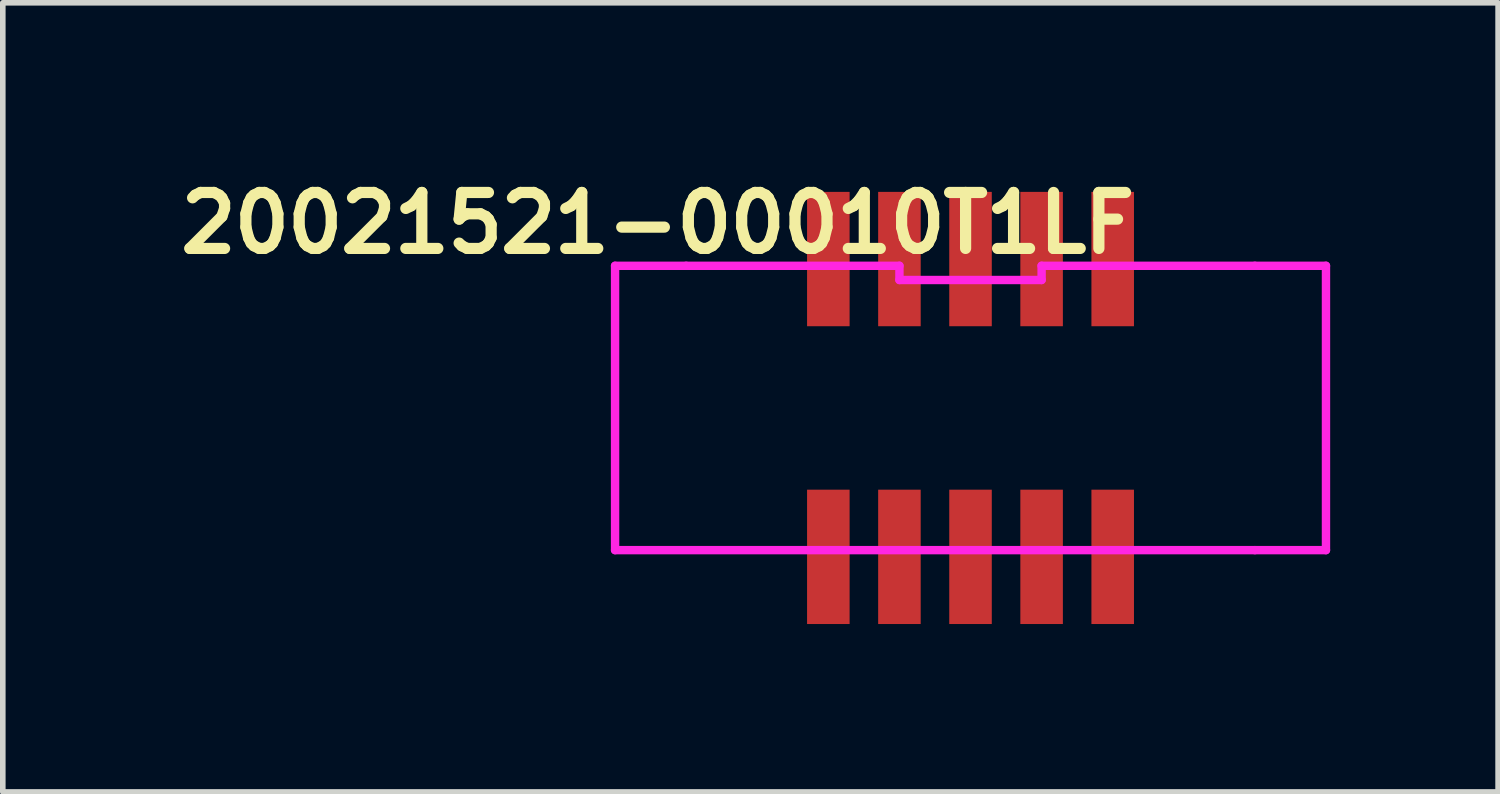
<source format=kicad_pcb>
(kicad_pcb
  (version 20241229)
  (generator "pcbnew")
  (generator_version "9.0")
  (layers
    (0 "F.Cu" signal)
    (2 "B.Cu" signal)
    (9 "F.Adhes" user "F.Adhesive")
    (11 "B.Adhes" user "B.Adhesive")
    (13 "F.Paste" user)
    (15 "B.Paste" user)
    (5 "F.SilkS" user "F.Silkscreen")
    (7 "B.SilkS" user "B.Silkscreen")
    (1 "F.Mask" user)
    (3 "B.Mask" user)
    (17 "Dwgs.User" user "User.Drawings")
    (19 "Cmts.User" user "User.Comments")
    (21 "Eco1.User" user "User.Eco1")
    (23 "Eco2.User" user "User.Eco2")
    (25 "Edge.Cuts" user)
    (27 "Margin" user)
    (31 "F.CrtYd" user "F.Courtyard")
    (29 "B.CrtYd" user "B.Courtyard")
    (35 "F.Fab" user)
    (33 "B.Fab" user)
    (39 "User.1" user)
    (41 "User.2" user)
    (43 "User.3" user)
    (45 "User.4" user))
  (footprint "20021521-00010T1LF"
    (layer "F.Cu")
    (at 14.288 4.238)
    (property "Reference" "20021521-00010T1LF" (at -5.588 -3.302 0) (layer "F.SilkS") (effects (font (size 1 1) (thickness 0.2))))
    (attr through_hole)
    (fp_line (start -6.35 -2.54) (end -6.35 2.54) (stroke (width 0.15) (type solid)) (layer "F.CrtYd"))
    (fp_line (start -6.35 -2.54) (end -5.08 -2.54) (stroke (width 0.15) (type solid)) (layer "F.CrtYd"))
    (fp_line (start -6.35 2.54) (end 5.08 2.54) (stroke (width 0.15) (type solid)) (layer "F.CrtYd"))
    (fp_line (start -5.08 -2.54) (end -1.27 -2.54) (stroke (width 0.15) (type solid)) (layer "F.CrtYd"))
    (fp_line (start -1.27 -2.54) (end -1.27 -2.286) (stroke (width 0.15) (type solid)) (layer "F.CrtYd"))
    (fp_line (start -1.27 -2.286) (end 1.27 -2.286) (stroke (width 0.15) (type solid)) (layer "F.CrtYd"))
    (fp_line (start 1.27 -2.54) (end 5.08 -2.54) (stroke (width 0.15) (type solid)) (layer "F.CrtYd"))
    (fp_line (start 1.27 -2.286) (end 1.27 -2.54) (stroke (width 0.15) (type solid)) (layer "F.CrtYd"))
    (fp_line (start 5.08 2.54) (end 6.35 2.54) (stroke (width 0.15) (type solid)) (layer "F.CrtYd"))
    (fp_line (start 6.35 -2.54) (end 5.08 -2.54) (stroke (width 0.15) (type solid)) (layer "F.CrtYd"))
    (fp_line (start 6.35 2.54) (end 6.35 -2.54) (stroke (width 0.15) (type solid)) (layer "F.CrtYd"))
    (pad "1" smd rect (at -2.54 2.66) (size 0.76 2.4) (layers "F.Cu" "F.Mask" "F.Paste"))
    (pad "2" smd rect (at -2.54 -2.66) (size 0.76 2.4) (layers "F.Cu" "F.Mask" "F.Paste"))
    (pad "3" smd rect (at -1.27 2.66) (size 0.76 2.4) (layers "F.Cu" "F.Mask" "F.Paste"))
    (pad "4" smd rect (at -1.27 -2.66) (size 0.76 2.4) (layers "F.Cu" "F.Mask" "F.Paste"))
    (pad "5" smd rect (at 0 2.66 180) (size 0.76 2.4) (layers "F.Cu" "F.Mask" "F.Paste"))
    (pad "6" smd rect (at 0 -2.66) (size 0.76 2.4) (layers "F.Cu" "F.Mask" "F.Paste"))
    (pad "7" smd rect (at 1.27 2.66) (size 0.76 2.4) (layers "F.Cu" "F.Mask" "F.Paste"))
    (pad "8" smd rect (at 1.27 -2.66) (size 0.76 2.4) (layers "F.Cu" "F.Mask" "F.Paste"))
    (pad "9" smd rect (at 2.54 2.66) (size 0.76 2.4) (layers "F.Cu" "F.Mask" "F.Paste"))
    (pad "10" smd rect (at 2.54 -2.66) (size 0.76 2.4) (layers "F.Cu" "F.Mask" "F.Paste")))
  (gr_rect
    (start -3 -3)
    (end 23.713 11.098)
    (stroke (width 0.1) (type default))
    (fill no)
    (layer "Edge.Cuts")))
</source>
